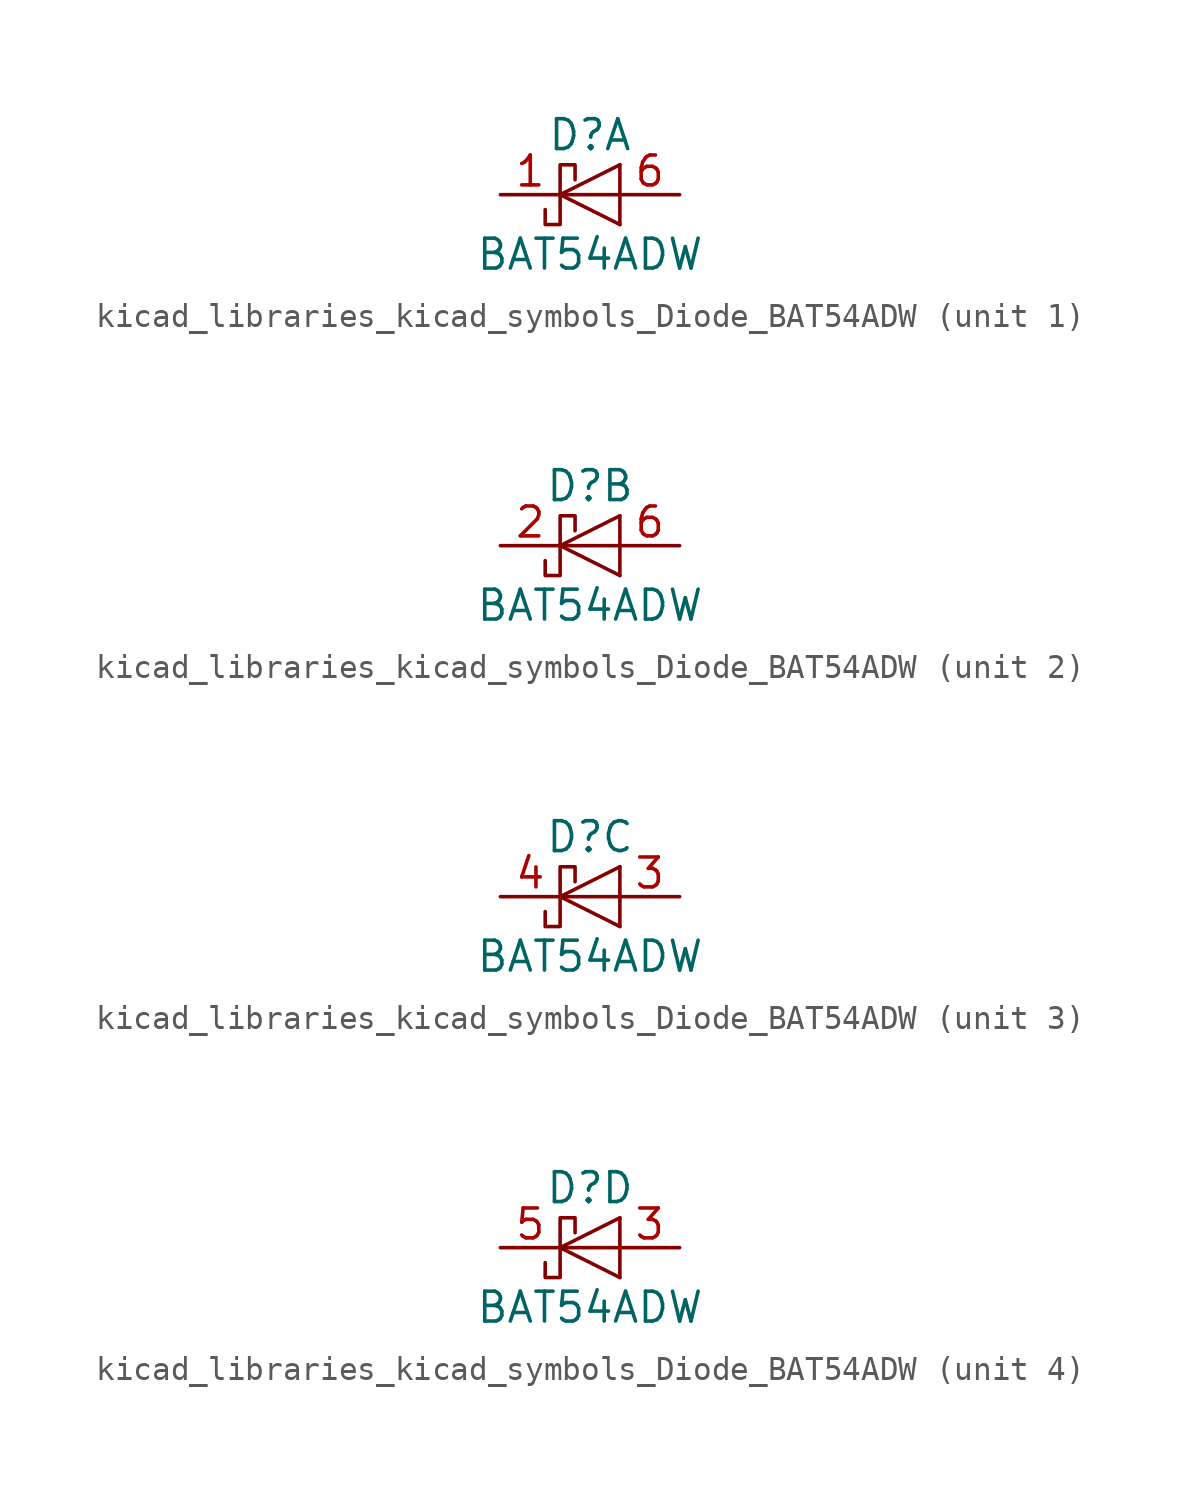
<source format=kicad_sym>
(kicad_symbol_lib
  (version 20220914)
  (generator kicad_symbol_editor)
  (symbol "kicad_libraries_kicad_symbols_Diode_BAT54ADW"
    (pin_names
      (offset 1.016) hide)
    (property "Reference" "D"
      (at 0 2.54 0)
      (effects (font (size 1.27 1.27))))
    (property "Value" "BAT54ADW"
      (at 0 -2.54 0)
      (effects (font (size 1.27 1.27))))
    (symbol "kicad_libraries_kicad_symbols_Diode_BAT54ADW_0_1"
      (polyline (pts (xy 1.27 -1.27) (xy 1.27 1.27)) (stroke (width 0) (type default)) (fill (type none)))
      (polyline (pts (xy 1.27 0) (xy -1.27 0)) (stroke (width 0) (type default)) (fill (type none)))
      (polyline (pts (xy 1.27 1.27) (xy -1.27 0) (xy 1.27 -1.27)) (stroke (width 0) (type default)) (fill (type none)))
      (polyline (pts (xy -0.635 0.635) (xy -0.635 1.27) (xy -1.27 1.27) (xy -1.27 -1.27) (xy -1.905 -1.27) (xy -1.905 -0.635)) (stroke (width 0) (type default)) (fill (type none))))
    (symbol "kicad_libraries_kicad_symbols_Diode_BAT54ADW_1_1"
      (pin passive line (at -3.81 0 0) (length 2.54) (name "K" (effects (font (size 1.27 1.27)))) (number "1" (effects (font (size 1.27 1.27)))))
      (pin passive line (at 3.81 0 180) (length 2.54) (name "A" (effects (font (size 1.27 1.27)))) (number "6" (effects (font (size 1.27 1.27))))))
    (symbol "kicad_libraries_kicad_symbols_Diode_BAT54ADW_2_1"
      (pin passive line (at -3.81 0 0) (length 2.54) (name "K" (effects (font (size 1.27 1.27)))) (number "2" (effects (font (size 1.27 1.27)))))
      (pin passive line (at 3.81 0 180) (length 2.54) (name "A" (effects (font (size 1.27 1.27)))) (number "6" (effects (font (size 1.27 1.27))))))
    (symbol "kicad_libraries_kicad_symbols_Diode_BAT54ADW_3_1"
      (pin passive line (at 3.81 0 180) (length 2.54) (name "A" (effects (font (size 1.27 1.27)))) (number "3" (effects (font (size 1.27 1.27)))))
      (pin passive line (at -3.81 0 0) (length 2.54) (name "K" (effects (font (size 1.27 1.27)))) (number "4" (effects (font (size 1.27 1.27))))))
    (symbol "kicad_libraries_kicad_symbols_Diode_BAT54ADW_4_1"
      (pin passive line (at 3.81 0 180) (length 2.54) (name "A" (effects (font (size 1.27 1.27)))) (number "3" (effects (font (size 1.27 1.27)))))
      (pin passive line (at -3.81 0 0) (length 2.54) (name "K" (effects (font (size 1.27 1.27)))) (number "5" (effects (font (size 1.27 1.27))))))))
</source>
